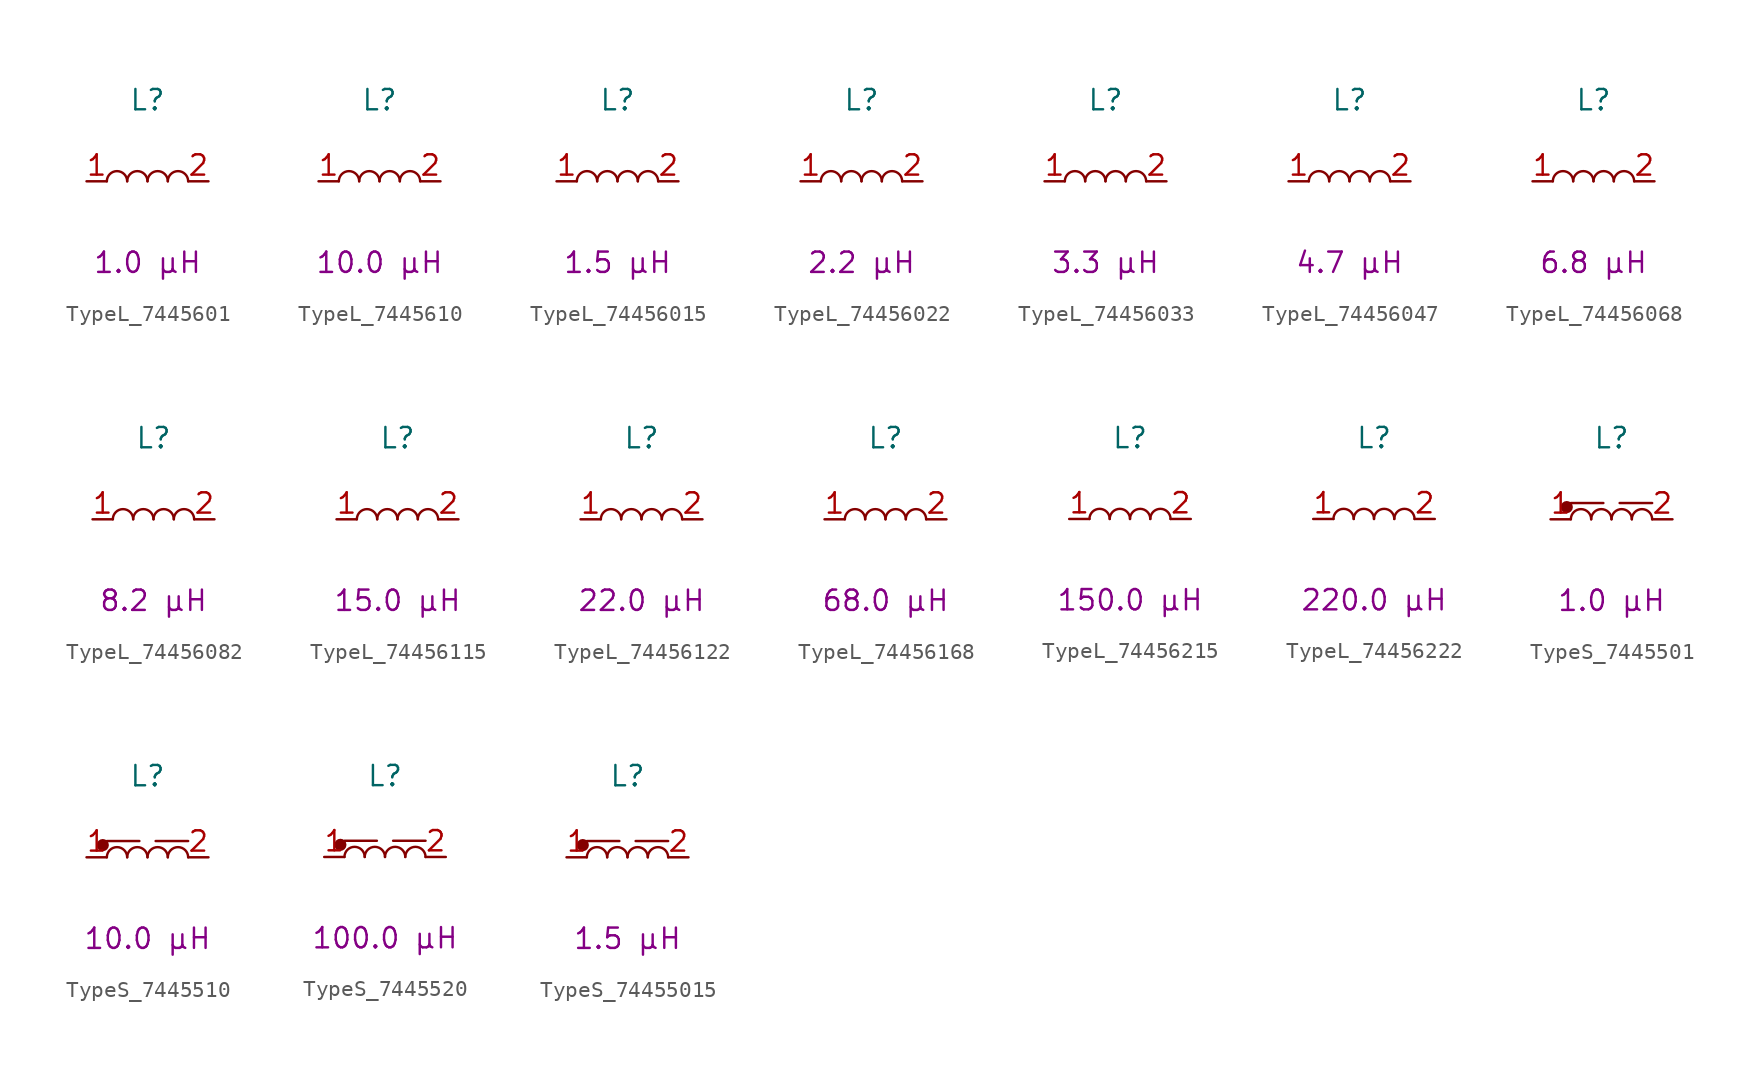
<source format=kicad_sym>
(kicad_symbol_lib
  (version 20220914)
  (generator kicad_symbol_editor)
  (symbol "TypeL_7445601"
    (pin_names hide)
    (property "Reference" "L"
      (at 0 5.08 0)
      (effects (font (size 1.27 1.27))))
    (property "Critical Parameter" "1.0 µH"
      (at 0 -5.08 0)
      (effects (font (size 1.27 1.27))))
    (symbol "TypeL_7445601_0_1"
      (arc (start -1.27 0) (mid -1.905 0.6323) (end -2.54 0) (stroke (width 0) (type default)) (fill (type none)))
      (arc (start 0 0) (mid -0.635 0.6323) (end -1.27 0) (stroke (width 0) (type default)) (fill (type none)))
      (arc (start 1.27 0) (mid 0.635 0.6323) (end 0 0) (stroke (width 0) (type default)) (fill (type none)))
      (arc (start 2.54 0) (mid 1.905 0.6323) (end 1.27 0) (stroke (width 0) (type default)) (fill (type none))))
    (symbol "TypeL_7445601_1_1"
      (pin passive line (at -3.81 0 0) (length 1.27) (name "1" (effects (font (size 1.27 1.27)))) (number "1" (effects (font (size 1.27 1.27)))))
      (pin passive line (at 3.81 0 180) (length 1.27) (name "2" (effects (font (size 1.27 1.27)))) (number "2" (effects (font (size 1.27 1.27)))))))
  (symbol "TypeL_7445610"
    (pin_names hide)
    (property "Reference" "L"
      (at 0 5.08 0)
      (effects (font (size 1.27 1.27))))
    (property "Critical Parameter" "10.0 µH"
      (at 0 -5.08 0)
      (effects (font (size 1.27 1.27))))
    (symbol "TypeL_7445610_0_1"
      (arc (start -1.27 0) (mid -1.905 0.6323) (end -2.54 0) (stroke (width 0) (type default)) (fill (type none)))
      (arc (start 0 0) (mid -0.635 0.6323) (end -1.27 0) (stroke (width 0) (type default)) (fill (type none)))
      (arc (start 1.27 0) (mid 0.635 0.6323) (end 0 0) (stroke (width 0) (type default)) (fill (type none)))
      (arc (start 2.54 0) (mid 1.905 0.6323) (end 1.27 0) (stroke (width 0) (type default)) (fill (type none))))
    (symbol "TypeL_7445610_1_1"
      (pin passive line (at -3.81 0 0) (length 1.27) (name "1" (effects (font (size 1.27 1.27)))) (number "1" (effects (font (size 1.27 1.27)))))
      (pin passive line (at 3.81 0 180) (length 1.27) (name "2" (effects (font (size 1.27 1.27)))) (number "2" (effects (font (size 1.27 1.27)))))))
  (symbol "TypeL_74456015"
    (pin_names hide)
    (property "Reference" "L"
      (at 0 5.08 0)
      (effects (font (size 1.27 1.27))))
    (property "Critical Parameter" "1.5 µH"
      (at 0 -5.08 0)
      (effects (font (size 1.27 1.27))))
    (symbol "TypeL_74456015_0_1"
      (arc (start -1.27 0) (mid -1.905 0.6323) (end -2.54 0) (stroke (width 0) (type default)) (fill (type none)))
      (arc (start 0 0) (mid -0.635 0.6323) (end -1.27 0) (stroke (width 0) (type default)) (fill (type none)))
      (arc (start 1.27 0) (mid 0.635 0.6323) (end 0 0) (stroke (width 0) (type default)) (fill (type none)))
      (arc (start 2.54 0) (mid 1.905 0.6323) (end 1.27 0) (stroke (width 0) (type default)) (fill (type none))))
    (symbol "TypeL_74456015_1_1"
      (pin passive line (at -3.81 0 0) (length 1.27) (name "1" (effects (font (size 1.27 1.27)))) (number "1" (effects (font (size 1.27 1.27)))))
      (pin passive line (at 3.81 0 180) (length 1.27) (name "2" (effects (font (size 1.27 1.27)))) (number "2" (effects (font (size 1.27 1.27)))))))
  (symbol "TypeL_74456022"
    (pin_names hide)
    (property "Reference" "L"
      (at 0 5.08 0)
      (effects (font (size 1.27 1.27))))
    (property "Critical Parameter" "2.2 µH"
      (at 0 -5.08 0)
      (effects (font (size 1.27 1.27))))
    (symbol "TypeL_74456022_0_1"
      (arc (start -1.27 0) (mid -1.905 0.6323) (end -2.54 0) (stroke (width 0) (type default)) (fill (type none)))
      (arc (start 0 0) (mid -0.635 0.6323) (end -1.27 0) (stroke (width 0) (type default)) (fill (type none)))
      (arc (start 1.27 0) (mid 0.635 0.6323) (end 0 0) (stroke (width 0) (type default)) (fill (type none)))
      (arc (start 2.54 0) (mid 1.905 0.6323) (end 1.27 0) (stroke (width 0) (type default)) (fill (type none))))
    (symbol "TypeL_74456022_1_1"
      (pin passive line (at -3.81 0 0) (length 1.27) (name "1" (effects (font (size 1.27 1.27)))) (number "1" (effects (font (size 1.27 1.27)))))
      (pin passive line (at 3.81 0 180) (length 1.27) (name "2" (effects (font (size 1.27 1.27)))) (number "2" (effects (font (size 1.27 1.27)))))))
  (symbol "TypeL_74456033"
    (pin_names hide)
    (property "Reference" "L"
      (at 0 5.08 0)
      (effects (font (size 1.27 1.27))))
    (property "Critical Parameter" "3.3 µH"
      (at 0 -5.08 0)
      (effects (font (size 1.27 1.27))))
    (symbol "TypeL_74456033_0_1"
      (arc (start -1.27 0) (mid -1.905 0.6323) (end -2.54 0) (stroke (width 0) (type default)) (fill (type none)))
      (arc (start 0 0) (mid -0.635 0.6323) (end -1.27 0) (stroke (width 0) (type default)) (fill (type none)))
      (arc (start 1.27 0) (mid 0.635 0.6323) (end 0 0) (stroke (width 0) (type default)) (fill (type none)))
      (arc (start 2.54 0) (mid 1.905 0.6323) (end 1.27 0) (stroke (width 0) (type default)) (fill (type none))))
    (symbol "TypeL_74456033_1_1"
      (pin passive line (at -3.81 0 0) (length 1.27) (name "1" (effects (font (size 1.27 1.27)))) (number "1" (effects (font (size 1.27 1.27)))))
      (pin passive line (at 3.81 0 180) (length 1.27) (name "2" (effects (font (size 1.27 1.27)))) (number "2" (effects (font (size 1.27 1.27)))))))
  (symbol "TypeL_74456047"
    (pin_names hide)
    (property "Reference" "L"
      (at 0 5.08 0)
      (effects (font (size 1.27 1.27))))
    (property "Critical Parameter" "4.7 µH"
      (at 0 -5.08 0)
      (effects (font (size 1.27 1.27))))
    (symbol "TypeL_74456047_0_1"
      (arc (start -1.27 0) (mid -1.905 0.6323) (end -2.54 0) (stroke (width 0) (type default)) (fill (type none)))
      (arc (start 0 0) (mid -0.635 0.6323) (end -1.27 0) (stroke (width 0) (type default)) (fill (type none)))
      (arc (start 1.27 0) (mid 0.635 0.6323) (end 0 0) (stroke (width 0) (type default)) (fill (type none)))
      (arc (start 2.54 0) (mid 1.905 0.6323) (end 1.27 0) (stroke (width 0) (type default)) (fill (type none))))
    (symbol "TypeL_74456047_1_1"
      (pin passive line (at -3.81 0 0) (length 1.27) (name "1" (effects (font (size 1.27 1.27)))) (number "1" (effects (font (size 1.27 1.27)))))
      (pin passive line (at 3.81 0 180) (length 1.27) (name "2" (effects (font (size 1.27 1.27)))) (number "2" (effects (font (size 1.27 1.27)))))))
  (symbol "TypeL_74456068"
    (pin_names hide)
    (property "Reference" "L"
      (at 0 5.08 0)
      (effects (font (size 1.27 1.27))))
    (property "Critical Parameter" "6.8 µH"
      (at 0 -5.08 0)
      (effects (font (size 1.27 1.27))))
    (symbol "TypeL_74456068_0_1"
      (arc (start -1.27 0) (mid -1.905 0.6323) (end -2.54 0) (stroke (width 0) (type default)) (fill (type none)))
      (arc (start 0 0) (mid -0.635 0.6323) (end -1.27 0) (stroke (width 0) (type default)) (fill (type none)))
      (arc (start 1.27 0) (mid 0.635 0.6323) (end 0 0) (stroke (width 0) (type default)) (fill (type none)))
      (arc (start 2.54 0) (mid 1.905 0.6323) (end 1.27 0) (stroke (width 0) (type default)) (fill (type none))))
    (symbol "TypeL_74456068_1_1"
      (pin passive line (at -3.81 0 0) (length 1.27) (name "1" (effects (font (size 1.27 1.27)))) (number "1" (effects (font (size 1.27 1.27)))))
      (pin passive line (at 3.81 0 180) (length 1.27) (name "2" (effects (font (size 1.27 1.27)))) (number "2" (effects (font (size 1.27 1.27)))))))
  (symbol "TypeL_74456082"
    (pin_names hide)
    (property "Reference" "L"
      (at 0 5.08 0)
      (effects (font (size 1.27 1.27))))
    (property "Critical Parameter" "8.2 µH"
      (at 0 -5.08 0)
      (effects (font (size 1.27 1.27))))
    (symbol "TypeL_74456082_0_1"
      (arc (start -1.27 0) (mid -1.905 0.6323) (end -2.54 0) (stroke (width 0) (type default)) (fill (type none)))
      (arc (start 0 0) (mid -0.635 0.6323) (end -1.27 0) (stroke (width 0) (type default)) (fill (type none)))
      (arc (start 1.27 0) (mid 0.635 0.6323) (end 0 0) (stroke (width 0) (type default)) (fill (type none)))
      (arc (start 2.54 0) (mid 1.905 0.6323) (end 1.27 0) (stroke (width 0) (type default)) (fill (type none))))
    (symbol "TypeL_74456082_1_1"
      (pin passive line (at -3.81 0 0) (length 1.27) (name "1" (effects (font (size 1.27 1.27)))) (number "1" (effects (font (size 1.27 1.27)))))
      (pin passive line (at 3.81 0 180) (length 1.27) (name "2" (effects (font (size 1.27 1.27)))) (number "2" (effects (font (size 1.27 1.27)))))))
  (symbol "TypeL_74456115"
    (pin_names hide)
    (property "Reference" "L"
      (at 0 5.08 0)
      (effects (font (size 1.27 1.27))))
    (property "Critical Parameter" "15.0 µH"
      (at 0 -5.08 0)
      (effects (font (size 1.27 1.27))))
    (symbol "TypeL_74456115_0_1"
      (arc (start -1.27 0) (mid -1.905 0.6323) (end -2.54 0) (stroke (width 0) (type default)) (fill (type none)))
      (arc (start 0 0) (mid -0.635 0.6323) (end -1.27 0) (stroke (width 0) (type default)) (fill (type none)))
      (arc (start 1.27 0) (mid 0.635 0.6323) (end 0 0) (stroke (width 0) (type default)) (fill (type none)))
      (arc (start 2.54 0) (mid 1.905 0.6323) (end 1.27 0) (stroke (width 0) (type default)) (fill (type none))))
    (symbol "TypeL_74456115_1_1"
      (pin passive line (at -3.81 0 0) (length 1.27) (name "1" (effects (font (size 1.27 1.27)))) (number "1" (effects (font (size 1.27 1.27)))))
      (pin passive line (at 3.81 0 180) (length 1.27) (name "2" (effects (font (size 1.27 1.27)))) (number "2" (effects (font (size 1.27 1.27)))))))
  (symbol "TypeL_74456122"
    (pin_names hide)
    (property "Reference" "L"
      (at 0 5.08 0)
      (effects (font (size 1.27 1.27))))
    (property "Critical Parameter" "22.0 µH"
      (at 0 -5.08 0)
      (effects (font (size 1.27 1.27))))
    (symbol "TypeL_74456122_0_1"
      (arc (start -1.27 0) (mid -1.905 0.6323) (end -2.54 0) (stroke (width 0) (type default)) (fill (type none)))
      (arc (start 0 0) (mid -0.635 0.6323) (end -1.27 0) (stroke (width 0) (type default)) (fill (type none)))
      (arc (start 1.27 0) (mid 0.635 0.6323) (end 0 0) (stroke (width 0) (type default)) (fill (type none)))
      (arc (start 2.54 0) (mid 1.905 0.6323) (end 1.27 0) (stroke (width 0) (type default)) (fill (type none))))
    (symbol "TypeL_74456122_1_1"
      (pin passive line (at -3.81 0 0) (length 1.27) (name "1" (effects (font (size 1.27 1.27)))) (number "1" (effects (font (size 1.27 1.27)))))
      (pin passive line (at 3.81 0 180) (length 1.27) (name "2" (effects (font (size 1.27 1.27)))) (number "2" (effects (font (size 1.27 1.27)))))))
  (symbol "TypeL_74456168"
    (pin_names hide)
    (property "Reference" "L"
      (at 0 5.08 0)
      (effects (font (size 1.27 1.27))))
    (property "Critical Parameter" "68.0 µH"
      (at 0 -5.08 0)
      (effects (font (size 1.27 1.27))))
    (symbol "TypeL_74456168_0_1"
      (arc (start -1.27 0) (mid -1.905 0.6323) (end -2.54 0) (stroke (width 0) (type default)) (fill (type none)))
      (arc (start 0 0) (mid -0.635 0.6323) (end -1.27 0) (stroke (width 0) (type default)) (fill (type none)))
      (arc (start 1.27 0) (mid 0.635 0.6323) (end 0 0) (stroke (width 0) (type default)) (fill (type none)))
      (arc (start 2.54 0) (mid 1.905 0.6323) (end 1.27 0) (stroke (width 0) (type default)) (fill (type none))))
    (symbol "TypeL_74456168_1_1"
      (pin passive line (at -3.81 0 0) (length 1.27) (name "1" (effects (font (size 1.27 1.27)))) (number "1" (effects (font (size 1.27 1.27)))))
      (pin passive line (at 3.81 0 180) (length 1.27) (name "2" (effects (font (size 1.27 1.27)))) (number "2" (effects (font (size 1.27 1.27)))))))
  (symbol "TypeL_74456215"
    (pin_names hide)
    (property "Reference" "L"
      (at 0 5.08 0)
      (effects (font (size 1.27 1.27))))
    (property "Critical Parameter" "150.0 µH"
      (at 0 -5.08 0)
      (effects (font (size 1.27 1.27))))
    (symbol "TypeL_74456215_0_1"
      (arc (start -1.27 0) (mid -1.905 0.6323) (end -2.54 0) (stroke (width 0) (type default)) (fill (type none)))
      (arc (start 0 0) (mid -0.635 0.6323) (end -1.27 0) (stroke (width 0) (type default)) (fill (type none)))
      (arc (start 1.27 0) (mid 0.635 0.6323) (end 0 0) (stroke (width 0) (type default)) (fill (type none)))
      (arc (start 2.54 0) (mid 1.905 0.6323) (end 1.27 0) (stroke (width 0) (type default)) (fill (type none))))
    (symbol "TypeL_74456215_1_1"
      (pin passive line (at -3.81 0 0) (length 1.27) (name "1" (effects (font (size 1.27 1.27)))) (number "1" (effects (font (size 1.27 1.27)))))
      (pin passive line (at 3.81 0 180) (length 1.27) (name "2" (effects (font (size 1.27 1.27)))) (number "2" (effects (font (size 1.27 1.27)))))))
  (symbol "TypeL_74456222"
    (pin_names hide)
    (property "Reference" "L"
      (at 0 5.08 0)
      (effects (font (size 1.27 1.27))))
    (property "Critical Parameter" "220.0 µH"
      (at 0 -5.08 0)
      (effects (font (size 1.27 1.27))))
    (symbol "TypeL_74456222_0_1"
      (arc (start -1.27 0) (mid -1.905 0.6323) (end -2.54 0) (stroke (width 0) (type default)) (fill (type none)))
      (arc (start 0 0) (mid -0.635 0.6323) (end -1.27 0) (stroke (width 0) (type default)) (fill (type none)))
      (arc (start 1.27 0) (mid 0.635 0.6323) (end 0 0) (stroke (width 0) (type default)) (fill (type none)))
      (arc (start 2.54 0) (mid 1.905 0.6323) (end 1.27 0) (stroke (width 0) (type default)) (fill (type none))))
    (symbol "TypeL_74456222_1_1"
      (pin passive line (at -3.81 0 0) (length 1.27) (name "1" (effects (font (size 1.27 1.27)))) (number "1" (effects (font (size 1.27 1.27)))))
      (pin passive line (at 3.81 0 180) (length 1.27) (name "2" (effects (font (size 1.27 1.27)))) (number "2" (effects (font (size 1.27 1.27)))))))
  (symbol "TypeS_7445501"
    (pin_names hide)
    (property "Reference" "L"
      (at 0 5.08 0)
      (effects (font (size 1.27 1.27))))
    (property "Critical Parameter" "1.0 µH"
      (at 0 -5.08 0)
      (effects (font (size 1.27 1.27))))
    (symbol "TypeS_7445501_0_1"
      (arc (start -1.27 0) (mid -1.905 0.6323) (end -2.54 0) (stroke (width 0) (type default)) (fill (type none)))
      (arc (start 0 0) (mid -0.635 0.6323) (end -1.27 0) (stroke (width 0) (type default)) (fill (type none)))
      (polyline (pts (xy -2.54 1.016) (xy -0.508 1.016)) (stroke (width 0) (type default)) (fill (type none)))
      (arc (start 1.27 0) (mid 0.635 0.6323) (end 0 0) (stroke (width 0) (type default)) (fill (type none)))
      (arc (start 2.54 0) (mid 1.905 0.6323) (end 1.27 0) (stroke (width 0) (type default)) (fill (type none))))
    (symbol "TypeS_7445501_1_1"
      (circle (center -2.794 0.762) (radius 0.0001) (stroke (width 0.381) (type default)) (fill (type none)))
      (polyline (pts (xy 2.54 1.016) (xy 0.508 1.016)) (stroke (width 0) (type default)) (fill (type none)))
      (pin passive line (at -3.81 0 0) (length 1.27) (name "1" (effects (font (size 1.27 1.27)))) (number "1" (effects (font (size 1.27 1.27)))))
      (pin passive line (at 3.81 0 180) (length 1.27) (name "2" (effects (font (size 1.27 1.27)))) (number "2" (effects (font (size 1.27 1.27)))))))
  (symbol "TypeS_7445510"
    (pin_names hide)
    (property "Reference" "L"
      (at 0 5.08 0)
      (effects (font (size 1.27 1.27))))
    (property "Critical Parameter" "10.0 µH"
      (at 0 -5.08 0)
      (effects (font (size 1.27 1.27))))
    (symbol "TypeS_7445510_0_1"
      (arc (start -1.27 0) (mid -1.905 0.6323) (end -2.54 0) (stroke (width 0) (type default)) (fill (type none)))
      (arc (start 0 0) (mid -0.635 0.6323) (end -1.27 0) (stroke (width 0) (type default)) (fill (type none)))
      (polyline (pts (xy -2.54 1.016) (xy -0.508 1.016)) (stroke (width 0) (type default)) (fill (type none)))
      (arc (start 1.27 0) (mid 0.635 0.6323) (end 0 0) (stroke (width 0) (type default)) (fill (type none)))
      (arc (start 2.54 0) (mid 1.905 0.6323) (end 1.27 0) (stroke (width 0) (type default)) (fill (type none))))
    (symbol "TypeS_7445510_1_1"
      (circle (center -2.794 0.762) (radius 0.0001) (stroke (width 0.381) (type default)) (fill (type none)))
      (polyline (pts (xy 2.54 1.016) (xy 0.508 1.016)) (stroke (width 0) (type default)) (fill (type none)))
      (pin passive line (at -3.81 0 0) (length 1.27) (name "1" (effects (font (size 1.27 1.27)))) (number "1" (effects (font (size 1.27 1.27)))))
      (pin passive line (at 3.81 0 180) (length 1.27) (name "2" (effects (font (size 1.27 1.27)))) (number "2" (effects (font (size 1.27 1.27)))))))
  (symbol "TypeS_7445520"
    (pin_names hide)
    (property "Reference" "L"
      (at 0 5.08 0)
      (effects (font (size 1.27 1.27))))
    (property "Critical Parameter" "100.0 µH"
      (at 0 -5.08 0)
      (effects (font (size 1.27 1.27))))
    (symbol "TypeS_7445520_0_1"
      (arc (start -1.27 0) (mid -1.905 0.6323) (end -2.54 0) (stroke (width 0) (type default)) (fill (type none)))
      (arc (start 0 0) (mid -0.635 0.6323) (end -1.27 0) (stroke (width 0) (type default)) (fill (type none)))
      (polyline (pts (xy -2.54 1.016) (xy -0.508 1.016)) (stroke (width 0) (type default)) (fill (type none)))
      (arc (start 1.27 0) (mid 0.635 0.6323) (end 0 0) (stroke (width 0) (type default)) (fill (type none)))
      (arc (start 2.54 0) (mid 1.905 0.6323) (end 1.27 0) (stroke (width 0) (type default)) (fill (type none))))
    (symbol "TypeS_7445520_1_1"
      (circle (center -2.794 0.762) (radius 0.0001) (stroke (width 0.381) (type default)) (fill (type none)))
      (polyline (pts (xy 2.54 1.016) (xy 0.508 1.016)) (stroke (width 0) (type default)) (fill (type none)))
      (pin passive line (at -3.81 0 0) (length 1.27) (name "1" (effects (font (size 1.27 1.27)))) (number "1" (effects (font (size 1.27 1.27)))))
      (pin passive line (at 3.81 0 180) (length 1.27) (name "2" (effects (font (size 1.27 1.27)))) (number "2" (effects (font (size 1.27 1.27)))))))
  (symbol "TypeS_74455015"
    (pin_names hide)
    (property "Reference" "L"
      (at 0 5.08 0)
      (effects (font (size 1.27 1.27))))
    (property "Critical Parameter" "1.5 µH"
      (at 0 -5.08 0)
      (effects (font (size 1.27 1.27))))
    (symbol "TypeS_74455015_0_1"
      (arc (start -1.27 0) (mid -1.905 0.6323) (end -2.54 0) (stroke (width 0) (type default)) (fill (type none)))
      (arc (start 0 0) (mid -0.635 0.6323) (end -1.27 0) (stroke (width 0) (type default)) (fill (type none)))
      (polyline (pts (xy -2.54 1.016) (xy -0.508 1.016)) (stroke (width 0) (type default)) (fill (type none)))
      (arc (start 1.27 0) (mid 0.635 0.6323) (end 0 0) (stroke (width 0) (type default)) (fill (type none)))
      (arc (start 2.54 0) (mid 1.905 0.6323) (end 1.27 0) (stroke (width 0) (type default)) (fill (type none))))
    (symbol "TypeS_74455015_1_1"
      (circle (center -2.794 0.762) (radius 0.0001) (stroke (width 0.381) (type default)) (fill (type none)))
      (polyline (pts (xy 2.54 1.016) (xy 0.508 1.016)) (stroke (width 0) (type default)) (fill (type none)))
      (pin passive line (at -3.81 0 0) (length 1.27) (name "1" (effects (font (size 1.27 1.27)))) (number "1" (effects (font (size 1.27 1.27)))))
      (pin passive line (at 3.81 0 180) (length 1.27) (name "2" (effects (font (size 1.27 1.27)))) (number "2" (effects (font (size 1.27 1.27))))))))
</source>
